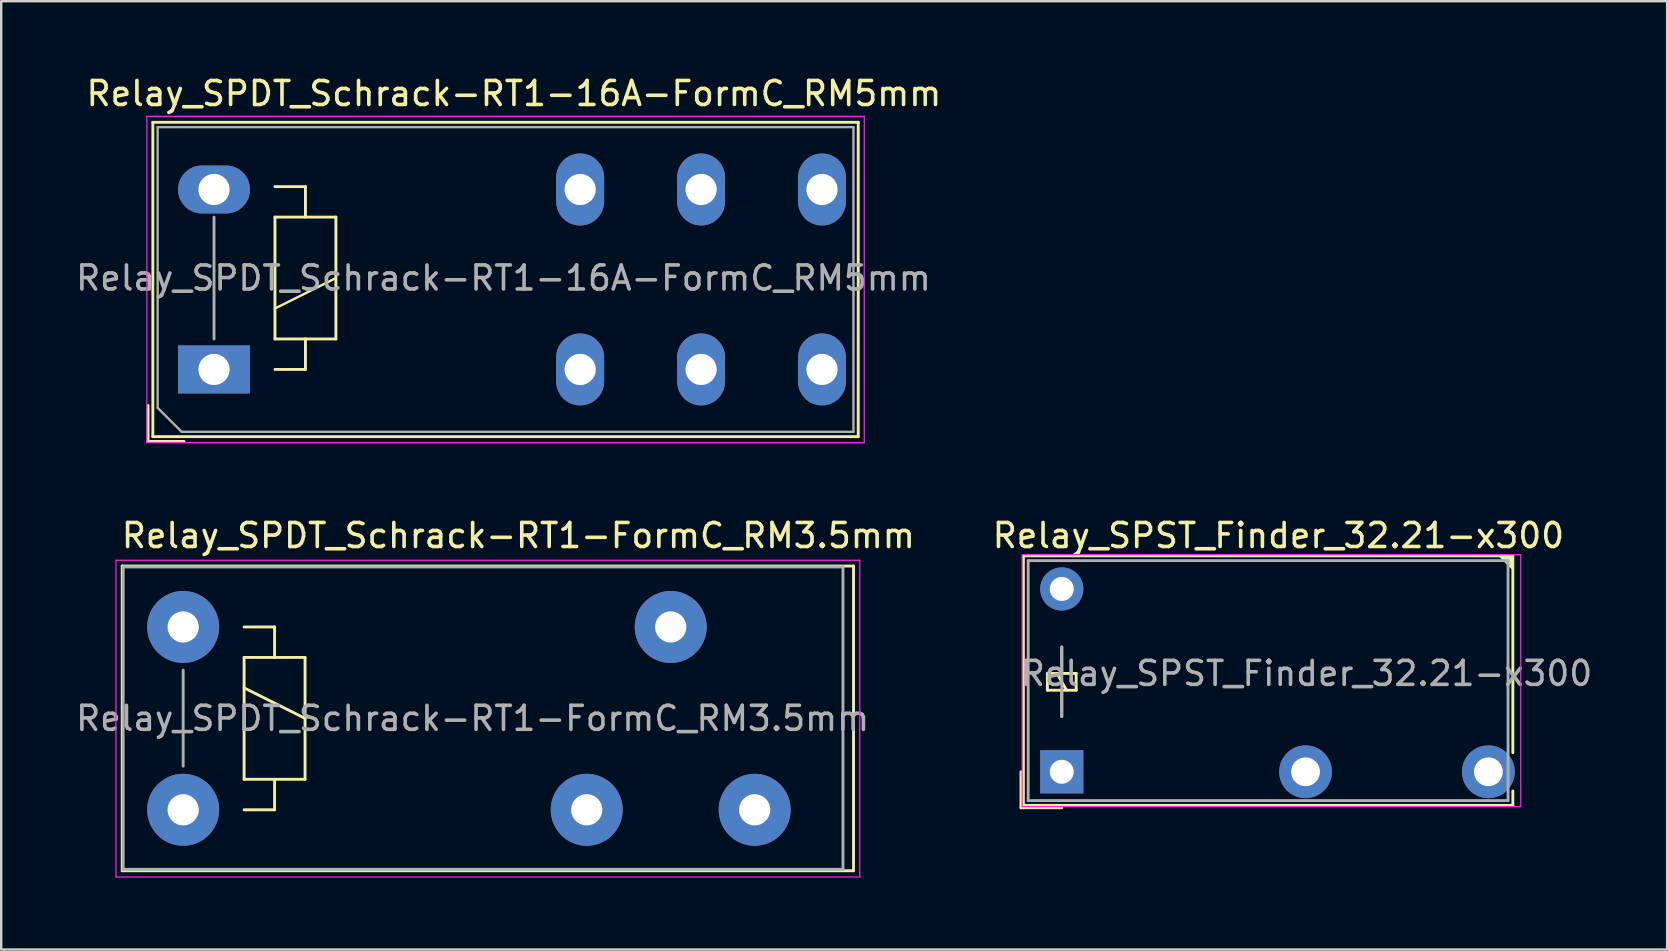
<source format=kicad_pcb>
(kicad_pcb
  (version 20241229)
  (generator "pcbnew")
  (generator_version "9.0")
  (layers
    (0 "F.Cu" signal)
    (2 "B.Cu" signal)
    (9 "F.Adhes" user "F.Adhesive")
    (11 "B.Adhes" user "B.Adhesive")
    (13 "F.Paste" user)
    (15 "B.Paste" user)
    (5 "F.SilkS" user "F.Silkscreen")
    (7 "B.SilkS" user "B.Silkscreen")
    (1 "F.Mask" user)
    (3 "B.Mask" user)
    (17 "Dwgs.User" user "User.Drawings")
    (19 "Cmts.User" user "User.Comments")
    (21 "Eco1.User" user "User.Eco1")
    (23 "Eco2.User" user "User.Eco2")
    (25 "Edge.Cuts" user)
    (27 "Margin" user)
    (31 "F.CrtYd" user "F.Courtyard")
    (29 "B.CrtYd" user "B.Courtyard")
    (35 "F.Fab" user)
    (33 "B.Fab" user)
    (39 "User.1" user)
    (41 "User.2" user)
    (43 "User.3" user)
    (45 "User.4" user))
  (footprint "Relay_SPDT_Schrack-RT1-FormC_RM3.5mm"
    (layer "F.Cu")
    (at 4.584 23.081)
    (property "Reference" "Relay_SPDT_Schrack-RT1-FormC_RM3.5mm" (at 13.97 -3.81 0) (layer "F.SilkS") (effects (font (size 1 1) (thickness 0.15))))
    (attr through_hole)
    (fp_line (start -2.54 -2.54) (end 27.94 -2.54) (stroke (width 0.12) (type solid)) (layer "F.SilkS"))
    (fp_line (start -2.54 10.16) (end -2.54 -2.54) (stroke (width 0.12) (type solid)) (layer "F.SilkS"))
    (fp_line (start 2.54 0) (end 3.81 0) (stroke (width 0.12) (type solid)) (layer "F.SilkS"))
    (fp_line (start 2.54 1.27) (end 3.81 1.27) (stroke (width 0.12) (type solid)) (layer "F.SilkS"))
    (fp_line (start 2.54 2.54) (end 5.08 3.81) (stroke (width 0.12) (type solid)) (layer "F.SilkS"))
    (fp_line (start 2.54 6.35) (end 2.54 1.27) (stroke (width 0.12) (type solid)) (layer "F.SilkS"))
    (fp_line (start 3.81 0) (end 3.81 1.27) (stroke (width 0.12) (type solid)) (layer "F.SilkS"))
    (fp_line (start 3.81 1.27) (end 5.08 1.27) (stroke (width 0.12) (type solid)) (layer "F.SilkS"))
    (fp_line (start 3.81 6.35) (end 3.81 7.62) (stroke (width 0.12) (type solid)) (layer "F.SilkS"))
    (fp_line (start 3.81 7.62) (end 2.54 7.62) (stroke (width 0.12) (type solid)) (layer "F.SilkS"))
    (fp_line (start 5.08 1.27) (end 5.08 6.35) (stroke (width 0.12) (type solid)) (layer "F.SilkS"))
    (fp_line (start 5.08 6.35) (end 2.54 6.35) (stroke (width 0.12) (type solid)) (layer "F.SilkS"))
    (fp_line (start 27.94 -2.54) (end 27.94 10.16) (stroke (width 0.12) (type solid)) (layer "F.SilkS"))
    (fp_line (start 27.94 10.16) (end -2.54 10.16) (stroke (width 0.12) (type solid)) (layer "F.SilkS"))
    (fp_line (start -2.8 -2.78) (end 28.2 -2.78) (stroke (width 0.05) (type solid)) (layer "F.CrtYd"))
    (fp_line (start -2.8 10.42) (end -2.8 -2.78) (stroke (width 0.05) (type solid)) (layer "F.CrtYd"))
    (fp_line (start 28.2 -2.78) (end 28.2 10.42) (stroke (width 0.05) (type solid)) (layer "F.CrtYd"))
    (fp_line (start 28.2 10.42) (end -2.8 10.42) (stroke (width 0.05) (type solid)) (layer "F.CrtYd"))
    (fp_line (start -2.5 -2.5) (end 27.5 -2.5) (stroke (width 0.12) (type solid)) (layer "F.Fab"))
    (fp_line (start -2.5 10.1) (end -2.5 -2.5) (stroke (width 0.12) (type solid)) (layer "F.Fab"))
    (fp_line (start 0 1.8) (end 0 5.8) (stroke (width 0.12) (type solid)) (layer "F.Fab"))
    (fp_line (start 27.5 -2.5) (end 27.5 10.1) (stroke (width 0.12) (type solid)) (layer "F.Fab"))
    (fp_line (start 27.5 10.1) (end -2.5 10.1) (stroke (width 0.12) (type solid)) (layer "F.Fab"))
    (fp_text user "${REFERENCE}" (at 12.065 3.81 0) (layer "F.Fab") (effects (font (size 1 1) (thickness 0.15))))
    (pad "11" thru_hole circle (at 20.32 0) (size 3 3) (drill 1.3) (layers "*.Cu" "*.Mask"))
    (pad "12" thru_hole circle (at 16.82 7.62) (size 3 3) (drill 1.3) (layers "*.Cu" "*.Mask"))
    (pad "14" thru_hole circle (at 23.82 7.62) (size 3 3) (drill 1.3) (layers "*.Cu" "*.Mask"))
    (pad "A1" thru_hole circle (at 0 0) (size 3 3) (drill 1.3) (layers "*.Cu" "*.Mask"))
    (pad "A2" thru_hole circle (at 0 7.62) (size 3 3) (drill 1.3) (layers "*.Cu" "*.Mask")))
  (footprint "Relay_SPDT_Schrack-RT1-16A-FormC_RM5mm"
    (layer "F.Cu")
    (at 5.87 12.348)
    (property "Reference" "Relay_SPDT_Schrack-RT1-16A-FormC_RM5mm" (at 12.5 -11.5 0) (layer "F.SilkS") (effects (font (size 1 1) (thickness 0.15))))
    (attr through_hole)
    (fp_line (start -2.75 1.5) (end -2.75 3) (stroke (width 0.12) (type solid)) (layer "F.SilkS"))
    (fp_line (start -2.75 3) (end -1.25 3) (stroke (width 0.12) (type solid)) (layer "F.SilkS"))
    (fp_line (start -2.55 -10.3) (end -2.55 2.8) (stroke (width 0.12) (type solid)) (layer "F.SilkS"))
    (fp_line (start -2.55 2.8) (end 26.85 2.8) (stroke (width 0.12) (type solid)) (layer "F.SilkS"))
    (fp_line (start 2.54 -6.35) (end 2.54 -1.27) (stroke (width 0.12) (type solid)) (layer "F.SilkS"))
    (fp_line (start 2.54 -2.54) (end 5.08 -3.81) (stroke (width 0.1) (type solid)) (layer "F.SilkS"))
    (fp_line (start 2.54 -1.27) (end 3.81 -1.27) (stroke (width 0.12) (type solid)) (layer "F.SilkS"))
    (fp_line (start 2.54 0) (end 3.81 0) (stroke (width 0.12) (type solid)) (layer "F.SilkS"))
    (fp_line (start 3.81 -7.62) (end 2.54 -7.62) (stroke (width 0.12) (type solid)) (layer "F.SilkS"))
    (fp_line (start 3.81 -6.35) (end 3.81 -7.62) (stroke (width 0.12) (type solid)) (layer "F.SilkS"))
    (fp_line (start 3.81 -1.27) (end 5.08 -1.27) (stroke (width 0.12) (type solid)) (layer "F.SilkS"))
    (fp_line (start 3.81 0) (end 3.81 -1.27) (stroke (width 0.12) (type solid)) (layer "F.SilkS"))
    (fp_line (start 5.08 -6.35) (end 2.54 -6.35) (stroke (width 0.12) (type solid)) (layer "F.SilkS"))
    (fp_line (start 5.08 -1.27) (end 5.08 -6.35) (stroke (width 0.12) (type solid)) (layer "F.SilkS"))
    (fp_line (start 26.85 -10.3) (end -2.55 -10.3) (stroke (width 0.12) (type solid)) (layer "F.SilkS"))
    (fp_line (start 26.85 2.8) (end 26.85 -10.3) (stroke (width 0.12) (type solid)) (layer "F.SilkS"))
    (fp_line (start -2.8 -10.55) (end -2.8 3.05) (stroke (width 0.05) (type solid)) (layer "F.CrtYd"))
    (fp_line (start -2.8 3.05) (end 27.1 3.05) (stroke (width 0.05) (type solid)) (layer "F.CrtYd"))
    (fp_line (start 27.1 -10.55) (end -2.8 -10.55) (stroke (width 0.05) (type solid)) (layer "F.CrtYd"))
    (fp_line (start 27.1 3.05) (end 27.1 -10.55) (stroke (width 0.05) (type solid)) (layer "F.CrtYd"))
    (fp_line (start -2.35 -10.1) (end -2.35 1.6) (stroke (width 0.1) (type solid)) (layer "F.Fab"))
    (fp_line (start -2.35 1.6) (end -1.35 2.6) (stroke (width 0.1) (type solid)) (layer "F.Fab"))
    (fp_line (start -1.35 2.6) (end 26.65 2.6) (stroke (width 0.1) (type solid)) (layer "F.Fab"))
    (fp_line (start 0 -1.27) (end 0 -6.35) (stroke (width 0.12) (type solid)) (layer "F.Fab"))
    (fp_line (start 26.65 -10.1) (end -2.35 -10.1) (stroke (width 0.1) (type solid)) (layer "F.Fab"))
    (fp_line (start 26.65 2.6) (end 26.65 -10.1) (stroke (width 0.1) (type solid)) (layer "F.Fab"))
    (fp_text user "${REFERENCE}" (at 12.065 -3.81 180) (layer "F.Fab") (effects (font (size 1 1) (thickness 0.15))))
    (pad "11" thru_hole oval (at 20.3 -7.5 180) (size 2 3) (drill 1.3) (layers "*.Cu" "*.Mask"))
    (pad "11" thru_hole oval (at 20.3 0 180) (size 2 3) (drill 1.3) (layers "*.Cu" "*.Mask"))
    (pad "12" thru_hole oval (at 15.26 -7.5 180) (size 2 3) (drill 1.3) (layers "*.Cu" "*.Mask"))
    (pad "12" thru_hole oval (at 15.26 0 180) (size 2 3) (drill 1.3) (layers "*.Cu" "*.Mask"))
    (pad "14" thru_hole oval (at 25.34 -7.5 180) (size 2 3) (drill 1.3) (layers "*.Cu" "*.Mask"))
    (pad "14" thru_hole oval (at 25.34 0 180) (size 2 3) (drill 1.3) (layers "*.Cu" "*.Mask"))
    (pad "A1" thru_hole rect (at 0 0 180) (size 3 2) (drill 1.3) (layers "*.Cu" "*.Mask"))
    (pad "A2" thru_hole oval (at 0 -7.5 180) (size 3 2) (drill 1.3) (layers "*.Cu" "*.Mask")))
  (footprint "Relay_SPST_Finder_32.21-x300"
    (layer "F.Cu")
    (at 41.203 29.117)
    (property "Reference" "Relay_SPST_Finder_32.21-x300" (at 9.029 -9.846 180) (layer "F.SilkS") (effects (font (size 1 1) (thickness 0.15))))
    (attr through_hole)
    (fp_line (start -1.7 1.5) (end -1.7 0) (stroke (width 0.12) (type solid)) (layer "F.SilkS"))
    (fp_line (start -1.6 -9) (end 18.8 -9) (stroke (width 0.12) (type solid)) (layer "F.SilkS"))
    (fp_line (start -1.6 1.4) (end -1.6 -9) (stroke (width 0.12) (type solid)) (layer "F.SilkS"))
    (fp_line (start -0.6 -4.1) (end -0.6 -3.4) (stroke (width 0.12) (type solid)) (layer "F.SilkS"))
    (fp_line (start -0.6 -3.4) (end 0.6 -3.4) (stroke (width 0.12) (type solid)) (layer "F.SilkS"))
    (fp_line (start 0 -4.1) (end 0 -5.2) (stroke (width 0.12) (type solid)) (layer "F.SilkS"))
    (fp_line (start 0 -3.4) (end 0 -2.3) (stroke (width 0.12) (type solid)) (layer "F.SilkS"))
    (fp_line (start 0 1.5) (end -1.7 1.5) (stroke (width 0.12) (type solid)) (layer "F.SilkS"))
    (fp_line (start 0.2 -3.4) (end -0.2 -4.1) (stroke (width 0.12) (type solid)) (layer "F.SilkS"))
    (fp_line (start 0.6 -4.1) (end -0.6 -4.1) (stroke (width 0.12) (type solid)) (layer "F.SilkS"))
    (fp_line (start 0.6 -3.4) (end 0.6 -4.1) (stroke (width 0.12) (type solid)) (layer "F.SilkS"))
    (fp_line (start 18.279 -8.996) (end 18.779 -8.496) (stroke (width 0.12) (type solid)) (layer "F.SilkS"))
    (fp_line (start 18.479 -8.996) (end 18.779 -8.696) (stroke (width 0.12) (type solid)) (layer "F.SilkS"))
    (fp_line (start 18.679 -8.996) (end 18.779 -8.896) (stroke (width 0.12) (type solid)) (layer "F.SilkS"))
    (fp_line (start 18.779 -8.796) (end 18.579 -8.996) (stroke (width 0.12) (type solid)) (layer "F.SilkS"))
    (fp_line (start 18.779 -8.596) (end 18.379 -8.996) (stroke (width 0.12) (type solid)) (layer "F.SilkS"))
    (fp_line (start 18.8 -9) (end 18.8 -0.796) (stroke (width 0.12) (type solid)) (layer "F.SilkS"))
    (fp_line (start 18.8 0.8) (end 18.8 1.4) (stroke (width 0.12) (type solid)) (layer "F.SilkS"))
    (fp_line (start 18.8 1.4) (end -1.6 1.4) (stroke (width 0.12) (type solid)) (layer "F.SilkS"))
    (fp_line (start -1.65 1.45) (end -1.65 -9.05) (stroke (width 0.05) (type solid)) (layer "F.CrtYd"))
    (fp_line (start -1.65 1.45) (end 19.13 1.45) (stroke (width 0.05) (type solid)) (layer "F.CrtYd"))
    (fp_line (start 19.13 -9.05) (end -1.65 -9.05) (stroke (width 0.05) (type solid)) (layer "F.CrtYd"))
    (fp_line (start 19.13 -9.05) (end 19.13 1.45) (stroke (width 0.05) (type solid)) (layer "F.CrtYd"))
    (fp_line (start -1.4 -8.8) (end 18.6 -8.8) (stroke (width 0.12) (type solid)) (layer "F.Fab"))
    (fp_line (start -1.4 1.2) (end -1.4 -8.8) (stroke (width 0.12) (type solid)) (layer "F.Fab"))
    (fp_line (start 0 -2.3) (end 0 -5.2) (stroke (width 0.12) (type solid)) (layer "F.Fab"))
    (fp_line (start 18.6 -8.8) (end 18.6 1.2) (stroke (width 0.12) (type solid)) (layer "F.Fab"))
    (fp_line (start 18.6 1.2) (end -1.4 1.2) (stroke (width 0.12) (type solid)) (layer "F.Fab"))
    (fp_text user "${REFERENCE}" (at 10.2 -4.1 180) (layer "F.Fab") (effects (font (size 1 1) (thickness 0.15))))
    (pad "11" thru_hole circle (at 10.16 0 90) (size 2.2 2.2) (drill 1.2) (layers "*.Cu" "*.Mask"))
    (pad "14" thru_hole circle (at 17.78 0 90) (size 2.2 2.2) (drill 1.2) (layers "*.Cu" "*.Mask"))
    (pad "A1" thru_hole rect (at 0 0 90) (size 1.8 1.8) (drill 1) (layers "*.Cu" "*.Mask"))
    (pad "A2" thru_hole circle (at 0 -7.62 90) (size 1.8 1.8) (drill 1) (layers "*.Cu" "*.Mask")))
  (gr_rect
    (start -3 -3)
    (end 66.433 36.526)
    (stroke (width 0.1) (type default))
    (fill no)
    (layer "Edge.Cuts")))
</source>
